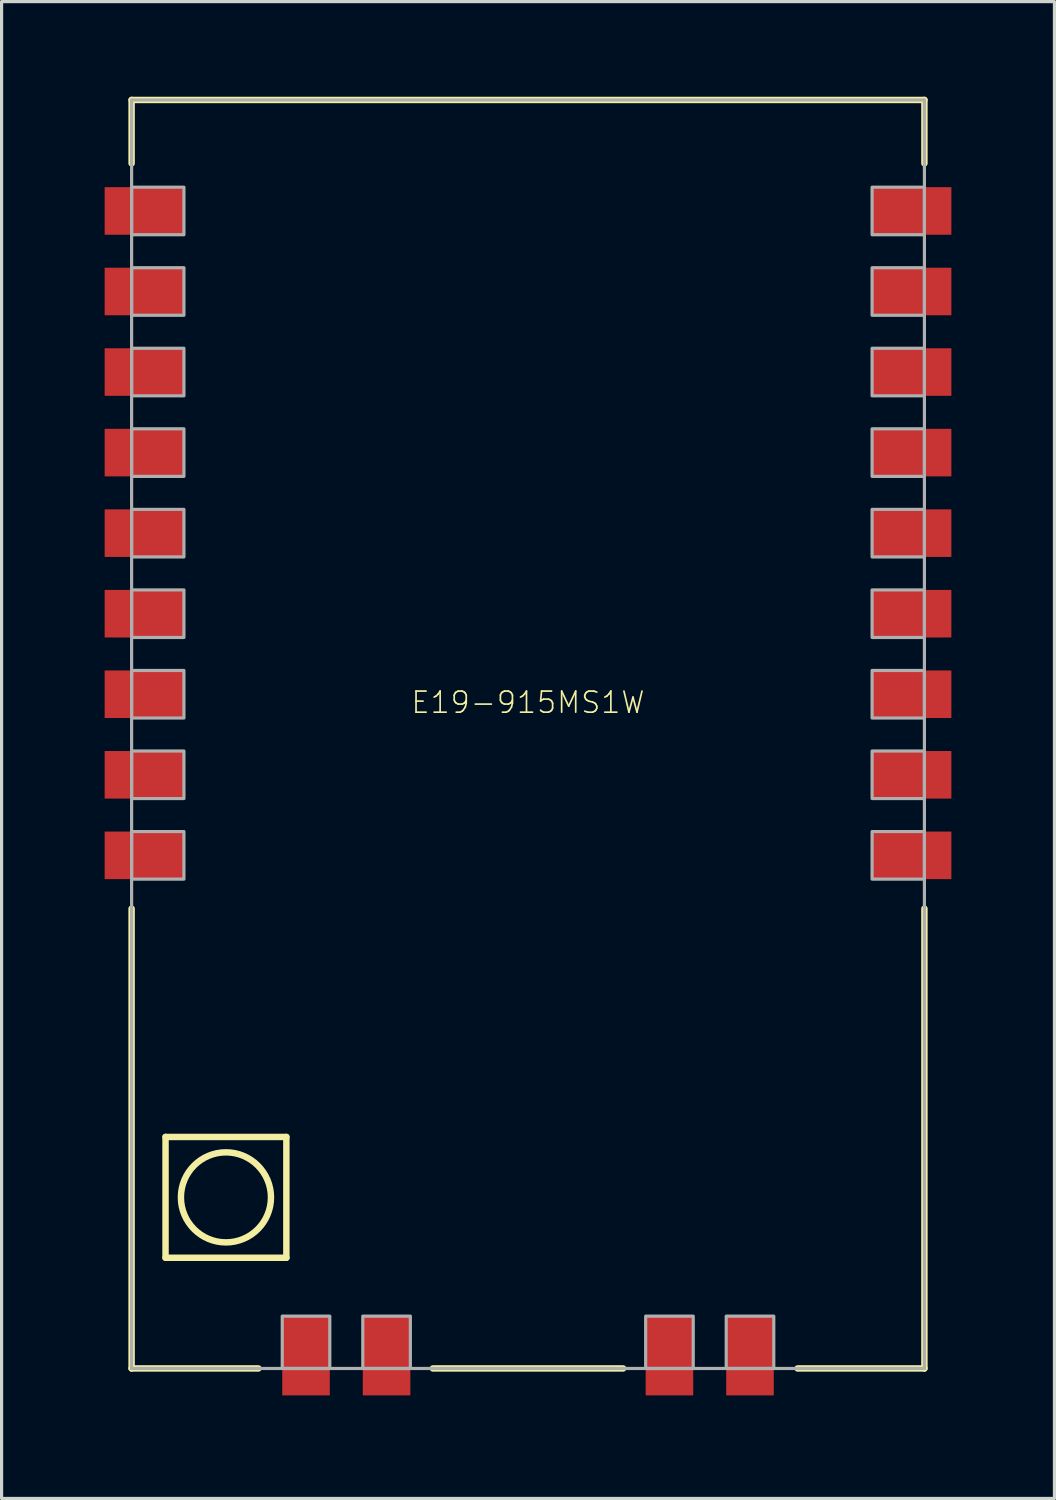
<source format=kicad_pcb>
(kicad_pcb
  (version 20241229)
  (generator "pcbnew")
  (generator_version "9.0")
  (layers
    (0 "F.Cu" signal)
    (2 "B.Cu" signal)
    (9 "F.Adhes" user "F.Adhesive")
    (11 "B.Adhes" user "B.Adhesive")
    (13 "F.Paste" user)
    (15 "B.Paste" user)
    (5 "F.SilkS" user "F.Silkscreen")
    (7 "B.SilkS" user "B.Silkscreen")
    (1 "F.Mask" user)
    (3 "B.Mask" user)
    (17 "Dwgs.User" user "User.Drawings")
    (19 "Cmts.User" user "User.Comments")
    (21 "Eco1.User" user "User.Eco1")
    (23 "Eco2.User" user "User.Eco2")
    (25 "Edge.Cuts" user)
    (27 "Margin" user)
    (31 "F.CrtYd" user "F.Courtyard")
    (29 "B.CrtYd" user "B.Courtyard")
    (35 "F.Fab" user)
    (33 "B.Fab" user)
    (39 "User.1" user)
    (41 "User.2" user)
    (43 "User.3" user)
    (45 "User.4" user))
  (footprint "E19-915MS1W"
    (layer "F.Cu")
    (at 13.6 20.102)
    (property "Reference" "E19-915MS1W" (at 0 -1 180) (layer "F.SilkS") (effects (font (size 0.665 0.665) (thickness 0.053))))
    (attr through_hole)
    (fp_line (start -12.5 -20) (end 12.5 -20) (stroke (width 0.203) (type solid)) (layer "F.SilkS"))
    (fp_line (start -12.5 -18) (end -12.5 -20) (stroke (width 0.203) (type solid)) (layer "F.SilkS"))
    (fp_line (start -12.5 20) (end -12.5 5.5) (stroke (width 0.203) (type solid)) (layer "F.SilkS"))
    (fp_line (start -11.43 12.7) (end -7.62 12.7) (stroke (width 0.203) (type solid)) (layer "F.SilkS"))
    (fp_line (start -11.43 16.51) (end -11.43 12.7) (stroke (width 0.203) (type solid)) (layer "F.SilkS"))
    (fp_line (start -8.5 20) (end -12.5 20) (stroke (width 0.203) (type solid)) (layer "F.SilkS"))
    (fp_line (start -7.62 12.7) (end -7.62 16.51) (stroke (width 0.203) (type solid)) (layer "F.SilkS"))
    (fp_line (start -7.62 16.51) (end -11.43 16.51) (stroke (width 0.203) (type solid)) (layer "F.SilkS"))
    (fp_line (start 3 20) (end -3 20) (stroke (width 0.203) (type solid)) (layer "F.SilkS"))
    (fp_line (start 12.5 -20) (end 12.5 -18) (stroke (width 0.203) (type solid)) (layer "F.SilkS"))
    (fp_line (start 12.5 5.5) (end 12.5 20) (stroke (width 0.203) (type solid)) (layer "F.SilkS"))
    (fp_line (start 12.5 20) (end 8.5 20) (stroke (width 0.203) (type solid)) (layer "F.SilkS"))
    (fp_circle (center -9.525 14.605) (end -8.105 14.605) (stroke (width 0.203) (type solid)) (fill no) (layer "F.SilkS"))
    (fp_poly (pts (xy -10.6 -17.5) (xy -13.6 -17.5) (xy -13.6 -15.5) (xy -10.6 -15.5)) (stroke (width 0) (type solid)) (fill yes) (layer "F.Paste"))
    (fp_poly (pts (xy -10.6 -14.96) (xy -13.6 -14.96) (xy -13.6 -12.96) (xy -10.6 -12.96)) (stroke (width 0) (type solid)) (fill yes) (layer "F.Paste"))
    (fp_poly (pts (xy -10.6 -12.42) (xy -13.6 -12.42) (xy -13.6 -10.42) (xy -10.6 -10.42)) (stroke (width 0) (type solid)) (fill yes) (layer "F.Paste"))
    (fp_poly (pts (xy -10.6 -9.88) (xy -13.6 -9.88) (xy -13.6 -7.88) (xy -10.6 -7.88)) (stroke (width 0) (type solid)) (fill yes) (layer "F.Paste"))
    (fp_poly (pts (xy -10.6 -7.34) (xy -13.6 -7.34) (xy -13.6 -5.34) (xy -10.6 -5.34)) (stroke (width 0) (type solid)) (fill yes) (layer "F.Paste"))
    (fp_poly (pts (xy -10.6 -4.8) (xy -13.6 -4.8) (xy -13.6 -2.8) (xy -10.6 -2.8)) (stroke (width 0) (type solid)) (fill yes) (layer "F.Paste"))
    (fp_poly (pts (xy -10.6 -2.26) (xy -13.6 -2.26) (xy -13.6 -0.26) (xy -10.6 -0.26)) (stroke (width 0) (type solid)) (fill yes) (layer "F.Paste"))
    (fp_poly (pts (xy -10.6 0.28) (xy -13.6 0.28) (xy -13.6 2.28) (xy -10.6 2.28)) (stroke (width 0) (type solid)) (fill yes) (layer "F.Paste"))
    (fp_poly (pts (xy -10.6 2.82) (xy -13.6 2.82) (xy -13.6 4.82) (xy -10.6 4.82)) (stroke (width 0) (type solid)) (fill yes) (layer "F.Paste"))
    (fp_poly (pts (xy -8 18.1) (xy -8 21.1) (xy -6 21.1) (xy -6 18.1)) (stroke (width 0) (type solid)) (fill yes) (layer "F.Paste"))
    (fp_poly (pts (xy -5.46 18.1) (xy -5.46 21.1) (xy -3.46 21.1) (xy -3.46 18.1)) (stroke (width 0) (type solid)) (fill yes) (layer "F.Paste"))
    (fp_poly (pts (xy 3.46 18.1) (xy 3.46 21.1) (xy 5.46 21.1) (xy 5.46 18.1)) (stroke (width 0) (type solid)) (fill yes) (layer "F.Paste"))
    (fp_poly (pts (xy 6 18.1) (xy 6 21.1) (xy 8 21.1) (xy 8 18.1)) (stroke (width 0) (type solid)) (fill yes) (layer "F.Paste"))
    (fp_poly (pts (xy 10.6 -15.5) (xy 13.6 -15.5) (xy 13.6 -17.5) (xy 10.6 -17.5)) (stroke (width 0) (type solid)) (fill yes) (layer "F.Paste"))
    (fp_poly (pts (xy 10.6 -12.96) (xy 13.6 -12.96) (xy 13.6 -14.96) (xy 10.6 -14.96)) (stroke (width 0) (type solid)) (fill yes) (layer "F.Paste"))
    (fp_poly (pts (xy 10.6 -10.42) (xy 13.6 -10.42) (xy 13.6 -12.42) (xy 10.6 -12.42)) (stroke (width 0) (type solid)) (fill yes) (layer "F.Paste"))
    (fp_poly (pts (xy 10.6 -7.88) (xy 13.6 -7.88) (xy 13.6 -9.88) (xy 10.6 -9.88)) (stroke (width 0) (type solid)) (fill yes) (layer "F.Paste"))
    (fp_poly (pts (xy 10.6 -5.34) (xy 13.6 -5.34) (xy 13.6 -7.34) (xy 10.6 -7.34)) (stroke (width 0) (type solid)) (fill yes) (layer "F.Paste"))
    (fp_poly (pts (xy 10.6 -2.8) (xy 13.6 -2.8) (xy 13.6 -4.8) (xy 10.6 -4.8)) (stroke (width 0) (type solid)) (fill yes) (layer "F.Paste"))
    (fp_poly (pts (xy 10.6 -0.26) (xy 13.6 -0.26) (xy 13.6 -2.26) (xy 10.6 -2.26)) (stroke (width 0) (type solid)) (fill yes) (layer "F.Paste"))
    (fp_poly (pts (xy 10.6 2.28) (xy 13.6 2.28) (xy 13.6 0.28) (xy 10.6 0.28)) (stroke (width 0) (type solid)) (fill yes) (layer "F.Paste"))
    (fp_poly (pts (xy 10.6 4.82) (xy 13.6 4.82) (xy 13.6 2.82) (xy 10.6 2.82)) (stroke (width 0) (type solid)) (fill yes) (layer "F.Paste"))
    (fp_line (start -12.5 -20) (end -12.5 20) (stroke (width 0.1) (type solid)) (layer "F.Fab"))
    (fp_line (start -12.5 20) (end 12.5 20) (stroke (width 0.1) (type solid)) (layer "F.Fab"))
    (fp_line (start 12.5 -20) (end -12.5 -20) (stroke (width 0.1) (type solid)) (layer "F.Fab"))
    (fp_line (start 12.5 20) (end 12.5 -20) (stroke (width 0.1) (type solid)) (layer "F.Fab"))
    (fp_poly (pts (xy -10.85 -17.25) (xy -12.5 -17.25) (xy -12.5 -15.75) (xy -10.85 -15.75)) (stroke (width 0.1) (type solid)) (fill no) (layer "F.Fab"))
    (fp_poly (pts (xy -10.85 -14.71) (xy -12.5 -14.71) (xy -12.5 -13.21) (xy -10.85 -13.21)) (stroke (width 0.1) (type solid)) (fill no) (layer "F.Fab"))
    (fp_poly (pts (xy -10.85 -12.17) (xy -12.5 -12.17) (xy -12.5 -10.67) (xy -10.85 -10.67)) (stroke (width 0.1) (type solid)) (fill no) (layer "F.Fab"))
    (fp_poly (pts (xy -10.85 -9.63) (xy -12.5 -9.63) (xy -12.5 -8.13) (xy -10.85 -8.13)) (stroke (width 0.1) (type solid)) (fill no) (layer "F.Fab"))
    (fp_poly (pts (xy -10.85 -7.09) (xy -12.5 -7.09) (xy -12.5 -5.59) (xy -10.85 -5.59)) (stroke (width 0.1) (type solid)) (fill no) (layer "F.Fab"))
    (fp_poly (pts (xy -10.85 -4.55) (xy -12.5 -4.55) (xy -12.5 -3.05) (xy -10.85 -3.05)) (stroke (width 0.1) (type solid)) (fill no) (layer "F.Fab"))
    (fp_poly (pts (xy -10.85 -2.01) (xy -12.5 -2.01) (xy -12.5 -0.51) (xy -10.85 -0.51)) (stroke (width 0.1) (type solid)) (fill no) (layer "F.Fab"))
    (fp_poly (pts (xy -10.85 0.53) (xy -12.5 0.53) (xy -12.5 2.03) (xy -10.85 2.03)) (stroke (width 0.1) (type solid)) (fill no) (layer "F.Fab"))
    (fp_poly (pts (xy -10.85 3.07) (xy -12.5 3.07) (xy -12.5 4.57) (xy -10.85 4.57)) (stroke (width 0.1) (type solid)) (fill no) (layer "F.Fab"))
    (fp_poly (pts (xy -7.75 18.35) (xy -7.75 20) (xy -6.25 20) (xy -6.25 18.35)) (stroke (width 0.1) (type solid)) (fill no) (layer "F.Fab"))
    (fp_poly (pts (xy -5.21 18.35) (xy -5.21 20) (xy -3.71 20) (xy -3.71 18.35)) (stroke (width 0.1) (type solid)) (fill no) (layer "F.Fab"))
    (fp_poly (pts (xy 3.71 18.35) (xy 3.71 20) (xy 5.21 20) (xy 5.21 18.35)) (stroke (width 0.1) (type solid)) (fill no) (layer "F.Fab"))
    (fp_poly (pts (xy 6.25 18.35) (xy 6.25 20) (xy 7.75 20) (xy 7.75 18.35)) (stroke (width 0.1) (type solid)) (fill no) (layer "F.Fab"))
    (fp_poly (pts (xy 10.85 -15.75) (xy 12.5 -15.75) (xy 12.5 -17.25) (xy 10.85 -17.25)) (stroke (width 0.1) (type solid)) (fill no) (layer "F.Fab"))
    (fp_poly (pts (xy 10.85 -13.21) (xy 12.5 -13.21) (xy 12.5 -14.71) (xy 10.85 -14.71)) (stroke (width 0.1) (type solid)) (fill no) (layer "F.Fab"))
    (fp_poly (pts (xy 10.85 -10.67) (xy 12.5 -10.67) (xy 12.5 -12.17) (xy 10.85 -12.17)) (stroke (width 0.1) (type solid)) (fill no) (layer "F.Fab"))
    (fp_poly (pts (xy 10.85 -8.13) (xy 12.5 -8.13) (xy 12.5 -9.63) (xy 10.85 -9.63)) (stroke (width 0.1) (type solid)) (fill no) (layer "F.Fab"))
    (fp_poly (pts (xy 10.85 -5.59) (xy 12.5 -5.59) (xy 12.5 -7.09) (xy 10.85 -7.09)) (stroke (width 0.1) (type solid)) (fill no) (layer "F.Fab"))
    (fp_poly (pts (xy 10.85 -3.05) (xy 12.5 -3.05) (xy 12.5 -4.55) (xy 10.85 -4.55)) (stroke (width 0.1) (type solid)) (fill no) (layer "F.Fab"))
    (fp_poly (pts (xy 10.85 -0.51) (xy 12.5 -0.51) (xy 12.5 -2.01) (xy 10.85 -2.01)) (stroke (width 0.1) (type solid)) (fill no) (layer "F.Fab"))
    (fp_poly (pts (xy 10.85 2.03) (xy 12.5 2.03) (xy 12.5 0.53) (xy 10.85 0.53)) (stroke (width 0.1) (type solid)) (fill no) (layer "F.Fab"))
    (fp_poly (pts (xy 10.85 4.57) (xy 12.5 4.57) (xy 12.5 3.07) (xy 10.85 3.07)) (stroke (width 0.1) (type solid)) (fill no) (layer "F.Fab"))
    (pad "1" smd rect (at 12.1 3.82 180) (size 2.5 1.5) (layers "F.Cu" "F.Mask"))
    (pad "2" smd rect (at 12.1 1.28 180) (size 2.5 1.5) (layers "F.Cu" "F.Mask"))
    (pad "3" smd rect (at 12.1 -1.26 180) (size 2.5 1.5) (layers "F.Cu" "F.Mask"))
    (pad "4" smd rect (at 12.1 -3.8 180) (size 2.5 1.5) (layers "F.Cu" "F.Mask"))
    (pad "5" smd rect (at 12.1 -6.34 180) (size 2.5 1.5) (layers "F.Cu" "F.Mask"))
    (pad "6" smd rect (at 12.1 -8.88 180) (size 2.5 1.5) (layers "F.Cu" "F.Mask"))
    (pad "7" smd rect (at 12.1 -11.42 180) (size 2.5 1.5) (layers "F.Cu" "F.Mask"))
    (pad "8" smd rect (at 12.1 -13.96 180) (size 2.5 1.5) (layers "F.Cu" "F.Mask"))
    (pad "9" smd rect (at 12.1 -16.5 180) (size 2.5 1.5) (layers "F.Cu" "F.Mask"))
    (pad "10" smd rect (at -12.1 -16.5) (size 2.5 1.5) (layers "F.Cu" "F.Mask"))
    (pad "11" smd rect (at -12.1 -13.96) (size 2.5 1.5) (layers "F.Cu" "F.Mask"))
    (pad "12" smd rect (at -12.1 -11.42) (size 2.5 1.5) (layers "F.Cu" "F.Mask"))
    (pad "13" smd rect (at -12.1 -8.88) (size 2.5 1.5) (layers "F.Cu" "F.Mask"))
    (pad "14" smd rect (at -12.1 -6.34) (size 2.5 1.5) (layers "F.Cu" "F.Mask"))
    (pad "15" smd rect (at -12.1 -3.8) (size 2.5 1.5) (layers "F.Cu" "F.Mask"))
    (pad "16" smd rect (at -12.1 -1.26) (size 2.5 1.5) (layers "F.Cu" "F.Mask"))
    (pad "17" smd rect (at -12.1 1.28) (size 2.5 1.5) (layers "F.Cu" "F.Mask"))
    (pad "18" smd rect (at -12.1 3.82) (size 2.5 1.5) (layers "F.Cu" "F.Mask"))
    (pad "19" smd rect (at -7 19.6 90) (size 2.5 1.5) (layers "F.Cu" "F.Mask"))
    (pad "20" smd rect (at -4.46 19.6 90) (size 2.5 1.5) (layers "F.Cu" "F.Mask"))
    (pad "21" smd rect (at 4.46 19.6 90) (size 2.5 1.5) (layers "F.Cu" "F.Mask"))
    (pad "22" smd rect (at 7 19.6 90) (size 2.5 1.5) (layers "F.Cu" "F.Mask")))
  (gr_rect
    (start -3 -3)
    (end 30.2 44.202)
    (stroke (width 0.1) (type default))
    (fill no)
    (layer "Edge.Cuts")))
</source>
